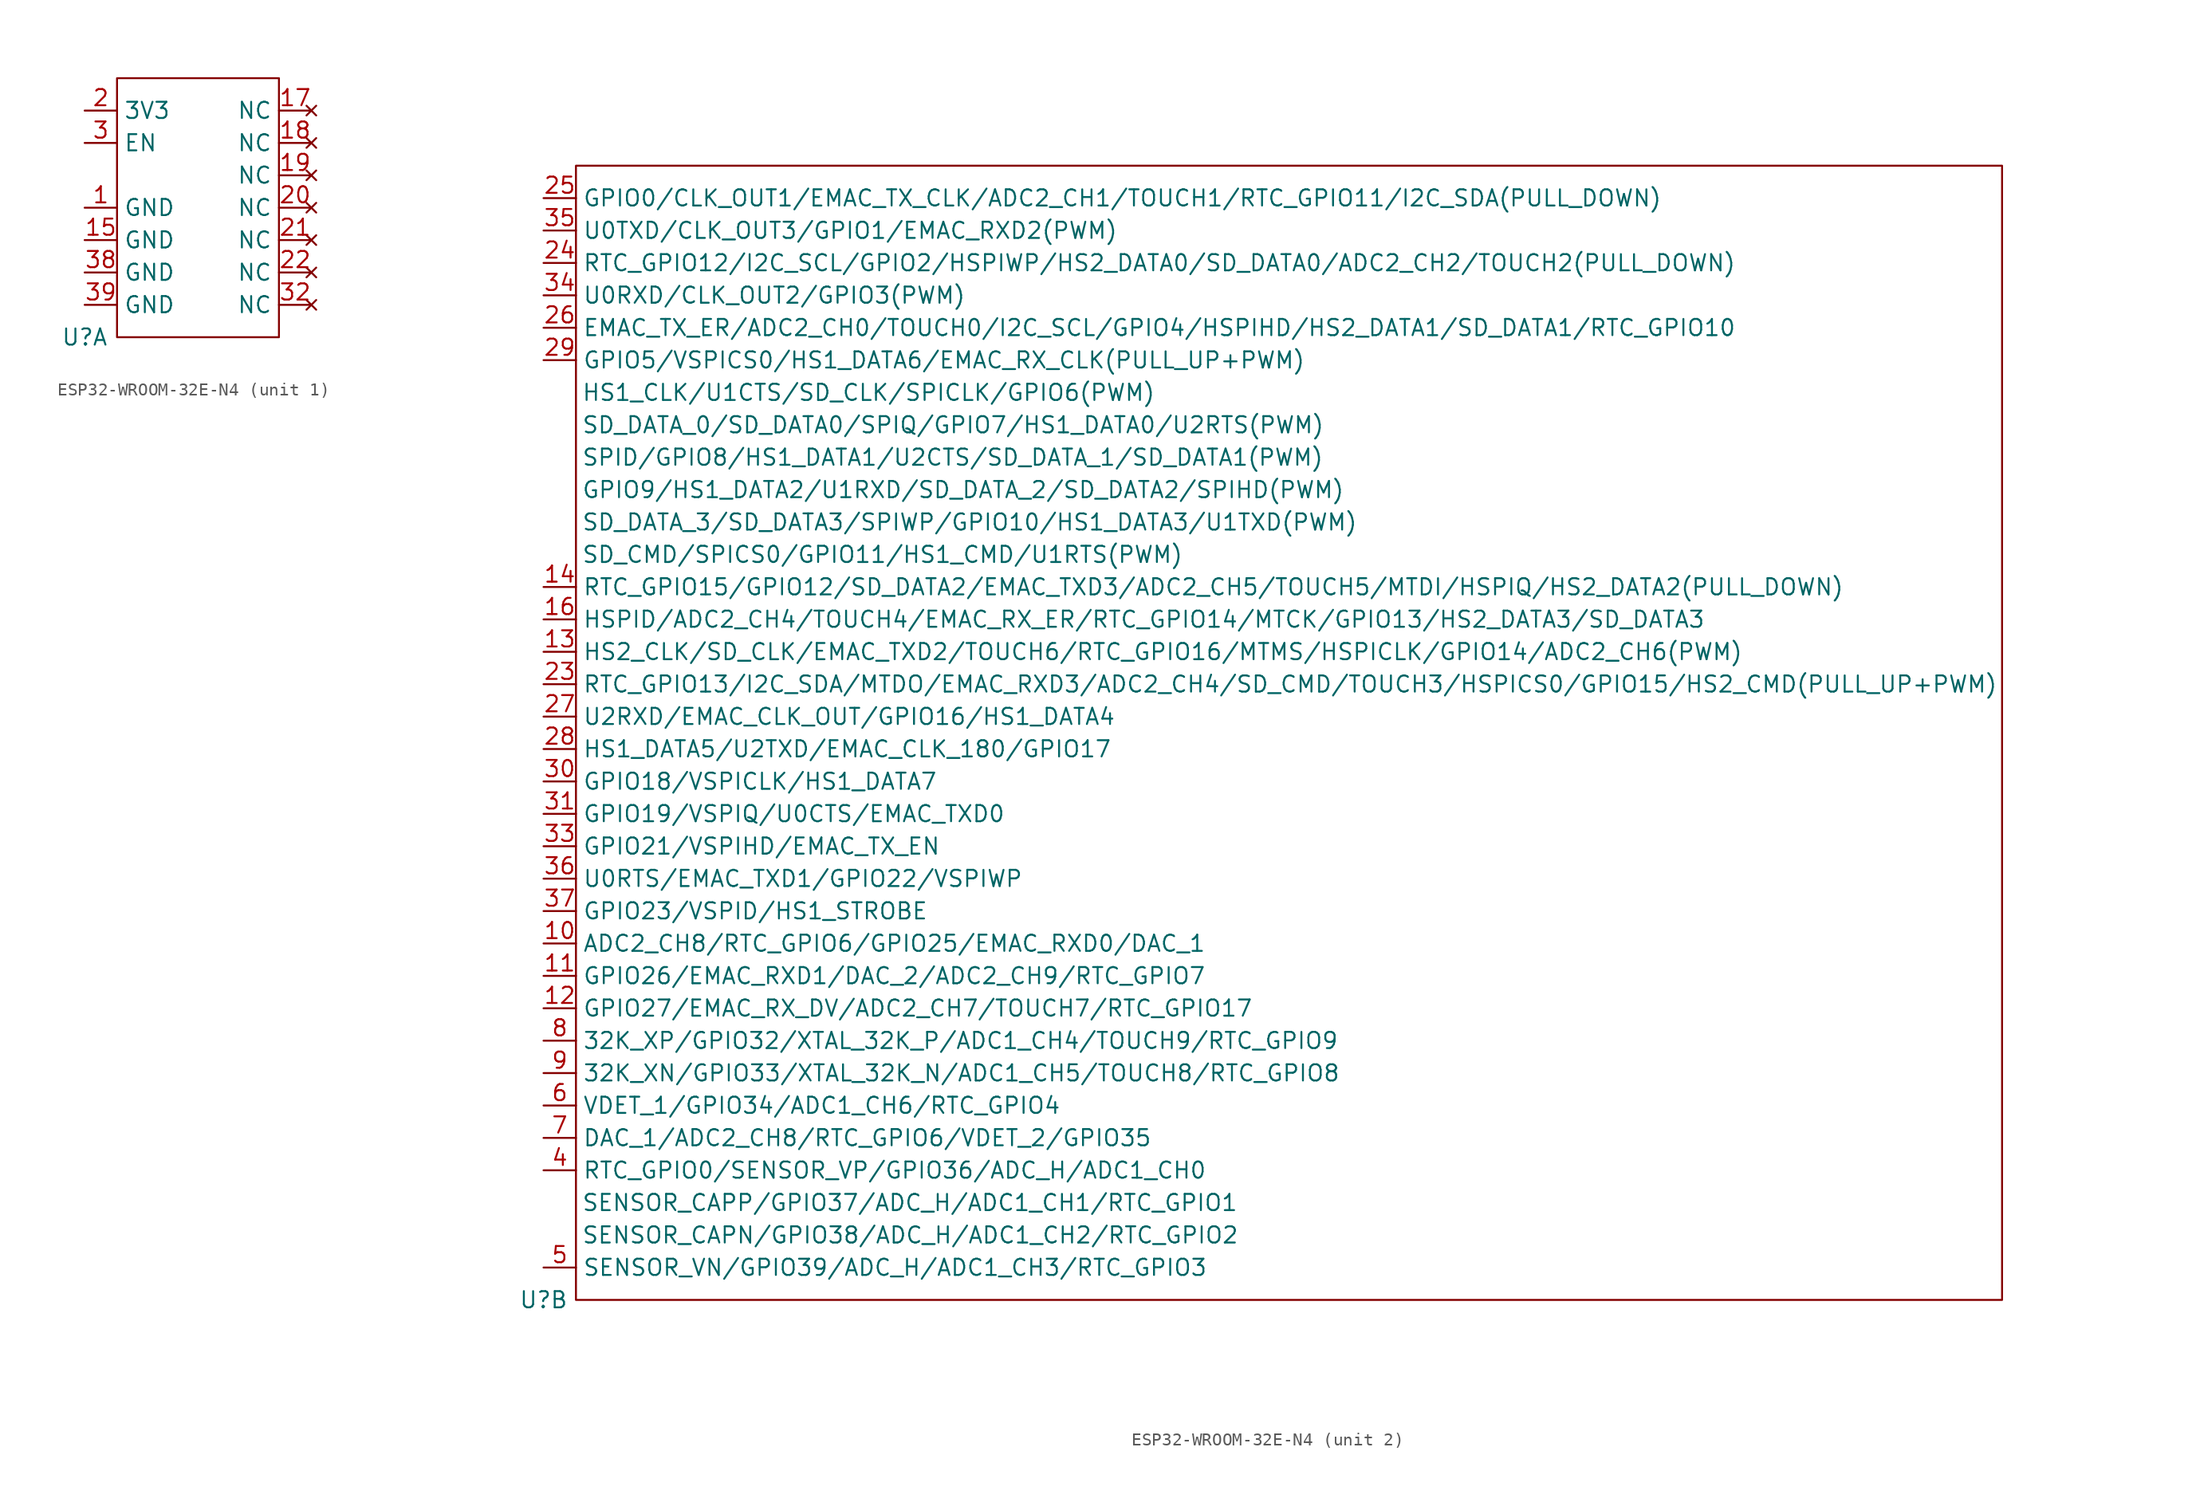
<source format=kicad_sym>
(kicad_symbol_lib
  (version 20220914)
  (generator kicad_symbol_editor)
  (symbol "ESP32-WROOM-32E-N4"
    (property "Reference" "U"
      (at 0 0 0)
      (effects (font (size 1.27 1.27))))
    (property "ki_locked" ""
      (at 0 0 0)
      (effects (font (size 1.27 1.27))))
    (symbol "ESP32-WROOM-32E-N4_1_1"
      (rectangle (start 2.54 20.32) (end 15.24 0) (stroke (width 0) (type default)) (fill (type none)))
      (pin passive line (at 0 10.16 0) (length 2.54) (name "GND" (effects (font (size 1.27 1.27)))) (number "1" (effects (font (size 1.27 1.27)))))
      (pin passive line (at 0 7.62 0) (length 2.54) (name "GND" (effects (font (size 1.27 1.27)))) (number "15" (effects (font (size 1.27 1.27)))))
      (pin no_connect line (at 17.78 17.78 180) (length 2.54) (name "NC" (effects (font (size 1.27 1.27)))) (number "17" (effects (font (size 1.27 1.27)))))
      (pin no_connect line (at 17.78 15.24 180) (length 2.54) (name "NC" (effects (font (size 1.27 1.27)))) (number "18" (effects (font (size 1.27 1.27)))))
      (pin no_connect line (at 17.78 12.7 180) (length 2.54) (name "NC" (effects (font (size 1.27 1.27)))) (number "19" (effects (font (size 1.27 1.27)))))
      (pin power_in line (at 0 17.78 0) (length 2.54) (name "3V3" (effects (font (size 1.27 1.27)))) (number "2" (effects (font (size 1.27 1.27)))))
      (pin no_connect line (at 17.78 10.16 180) (length 2.54) (name "NC" (effects (font (size 1.27 1.27)))) (number "20" (effects (font (size 1.27 1.27)))))
      (pin no_connect line (at 17.78 7.62 180) (length 2.54) (name "NC" (effects (font (size 1.27 1.27)))) (number "21" (effects (font (size 1.27 1.27)))))
      (pin no_connect line (at 17.78 5.08 180) (length 2.54) (name "NC" (effects (font (size 1.27 1.27)))) (number "22" (effects (font (size 1.27 1.27)))))
      (pin input line (at 0 15.24 0) (length 2.54) (name "EN" (effects (font (size 1.27 1.27)))) (number "3" (effects (font (size 1.27 1.27)))))
      (pin no_connect line (at 17.78 2.54 180) (length 2.54) (name "NC" (effects (font (size 1.27 1.27)))) (number "32" (effects (font (size 1.27 1.27)))))
      (pin passive line (at 0 5.08 0) (length 2.54) (name "GND" (effects (font (size 1.27 1.27)))) (number "38" (effects (font (size 1.27 1.27)))))
      (pin passive line (at 0 2.54 0) (length 2.54) (name "GND" (effects (font (size 1.27 1.27)))) (number "39" (effects (font (size 1.27 1.27))))))
    (symbol "ESP32-WROOM-32E-N4_2_1"
      (rectangle (start 2.54 88.9) (end 114.3 0) (stroke (width 0) (type default)) (fill (type none)))
      (text "GPIO9/HS1_DATA2/U1RXD/SD_DATA_2/SD_DATA2/SPIHD(PWM)" (at 2.972 63.5 0) (effects (font (size 1.27 1.27) (color 0 100 100 1)) (justify left)))
      (text "HS1_CLK/U1CTS/SD_CLK/SPICLK/GPIO6(PWM)" (at 2.972 71.12 0) (effects (font (size 1.27 1.27) (color 0 100 100 1)) (justify left)))
      (text "SD_CMD/SPICS0/GPIO11/HS1_CMD/U1RTS(PWM)" (at 2.972 58.42 0) (effects (font (size 1.27 1.27) (color 0 100 100 1)) (justify left)))
      (text "SD_DATA_0/SD_DATA0/SPIQ/GPIO7/HS1_DATA0/U2RTS(PWM)" (at 2.972 68.58 0) (effects (font (size 1.27 1.27) (color 0 100 100 1)) (justify left)))
      (text "SD_DATA_3/SD_DATA3/SPIWP/GPIO10/HS1_DATA3/U1TXD(PWM)" (at 2.972 60.96 0) (effects (font (size 1.27 1.27) (color 0 100 100 1)) (justify left)))
      (text "SENSOR_CAPN/GPIO38/ADC_H/ADC1_CH2/RTC_GPIO2" (at 2.972 5.08 0) (effects (font (size 1.27 1.27) (color 0 100 100 1)) (justify left)))
      (text "SENSOR_CAPP/GPIO37/ADC_H/ADC1_CH1/RTC_GPIO1" (at 2.972 7.62 0) (effects (font (size 1.27 1.27) (color 0 100 100 1)) (justify left)))
      (text "SPID/GPIO8/HS1_DATA1/U2CTS/SD_DATA_1/SD_DATA1(PWM)" (at 2.972 66.04 0) (effects (font (size 1.27 1.27) (color 0 100 100 1)) (justify left)))
      (pin bidirectional line (at 0 27.94 0) (length 2.54) (name "ADC2_CH8/RTC_GPIO6/GPIO25/EMAC_RXD0/DAC_1" (effects (font (size 1.27 1.27)))) (number "10" (effects (font (size 1.27 1.27)))) (alternate "ADC2_CH8" input line) (alternate "GPI25" input line) (alternate "GPIO25" bidirectional line) (alternate "GPO25" output line) (alternate "I2C0SCL" open_collector line) (alternate "I2C0SDA" open_collector line) (alternate "I2C1SCL" open_collector line) (alternate "I2C1SDA" open_collector line) (alternate "NC" no_connect line))
      (pin bidirectional line (at 0 25.4 0) (length 2.54) (name "GPIO26/EMAC_RXD1/DAC_2/ADC2_CH9/RTC_GPIO7" (effects (font (size 1.27 1.27)))) (number "11" (effects (font (size 1.27 1.27)))) (alternate "ADC2_CH9" input line) (alternate "GPI26" input line) (alternate "GPIO26" bidirectional line) (alternate "GPO26" output line) (alternate "I2C0SCL" open_collector line) (alternate "I2C0SDA" open_collector line) (alternate "I2C1SCL" open_collector line) (alternate "I2C1SDA" open_collector line) (alternate "NC" no_connect line))
      (pin bidirectional line (at 0 22.86 0) (length 2.54) (name "GPIO27/EMAC_RX_DV/ADC2_CH7/TOUCH7/RTC_GPIO17" (effects (font (size 1.27 1.27)))) (number "12" (effects (font (size 1.27 1.27)))) (alternate "ADC2_CH7" input line) (alternate "GPI27" input line) (alternate "GPIO27" bidirectional line) (alternate "GPO27" output line) (alternate "I2C0SCL" open_collector line) (alternate "I2C0SDA" open_collector line) (alternate "I2C1SCL" open_collector line) (alternate "I2C1SDA" open_collector line) (alternate "NC" no_connect line))
      (pin bidirectional line (at 0 50.8 0) (length 2.54) (name "HS2_CLK/SD_CLK/EMAC_TXD2/TOUCH6/RTC_GPIO16/MTMS/HSPICLK/GPIO14/ADC2_CH6(PWM)" (effects (font (size 1.27 1.27)))) (number "13" (effects (font (size 1.27 1.27)))) (alternate "ADC2_CH6(PWM)" input line) (alternate "GPI14(PWM)" input line) (alternate "GPIO14(PWM)" bidirectional line) (alternate "GPO14(PWM)" output line) (alternate "H3SPIM.SCLK(PWM)" output line) (alternate "H3SPIS.SCLK(PWM)" input line) (alternate "HQSPIM.SCLK(PWM)" output line) (alternate "HQSPIS.SCLK(PWM)" input line) (alternate "HSPIM.SCLK(PWM)" output line) (alternate "HSPIS.SCLK(PWM)" input line) (alternate "I2C0SCL(PWM)" open_collector line) (alternate "I2C0SDA(PWM)" open_collector line) (alternate "I2C1SCL(PWM)" open_collector line) (alternate "I2C1SDA(PWM)" open_collector line) (alternate "NC" no_connect line))
      (pin bidirectional line (at 0 55.88 0) (length 2.54) (name "RTC_GPIO15/GPIO12/SD_DATA2/EMAC_TXD3/ADC2_CH5/TOUCH5/MTDI/HSPIQ/HS2_DATA2(PULL_DOWN)" (effects (font (size 1.27 1.27)))) (number "14" (effects (font (size 1.27 1.27)))) (alternate "ADC2_CH5(PULL_DOWN)" input line) (alternate "GPI12(PULL_DOWN)" input line) (alternate "GPIO12(PULL_DOWN)" bidirectional line) (alternate "GPO12(PULL_DOWN)" output line) (alternate "HQSPIM.IO1(PULL_DOWN)" bidirectional line) (alternate "HQSPIS.IO1(PULL_DOWN)" bidirectional line) (alternate "HSPIM.MISO(PULL_DOWN)" input line) (alternate "HSPIS.MISO(PULL_DOWN)" output line) (alternate "I2C0SCL(PULL_DOWN)" open_collector line) (alternate "I2C0SDA(PULL_DOWN)" open_collector line) (alternate "I2C1SCL(PULL_DOWN)" open_collector line) (alternate "I2C1SDA(PULL_DOWN)" open_collector line) (alternate "NC" no_connect line))
      (pin bidirectional line (at 0 53.34 0) (length 2.54) (name "HSPID/ADC2_CH4/TOUCH4/EMAC_RX_ER/RTC_GPIO14/MTCK/GPIO13/HS2_DATA3/SD_DATA3" (effects (font (size 1.27 1.27)))) (number "16" (effects (font (size 1.27 1.27)))) (alternate "ADC2_CH4" input line) (alternate "GPI13" input line) (alternate "GPIO13" bidirectional line) (alternate "GPO13" output line) (alternate "H3SPIM.DATA" bidirectional line) (alternate "H3SPIS.DATA" bidirectional line) (alternate "HQSPIM.IO0" bidirectional line) (alternate "HQSPIS.IO0" bidirectional line) (alternate "HSPIM.MOSI" output line) (alternate "HSPIS.MOSI" input line) (alternate "I2C0SCL" open_collector line) (alternate "I2C0SDA" open_collector line) (alternate "I2C1SCL" open_collector line) (alternate "I2C1SDA" open_collector line) (alternate "NC" no_connect line))
      (pin bidirectional line (at 0 48.26 0) (length 2.54) (name "RTC_GPIO13/I2C_SDA/MTDO/EMAC_RXD3/ADC2_CH4/SD_CMD/TOUCH3/HSPICS0/GPIO15/HS2_CMD(PULL_UP+PWM)" (effects (font (size 1.27 1.27)))) (number "23" (effects (font (size 1.27 1.27)))) (alternate "ADC2_CH4(PULL_UP+PWM)" input line) (alternate "GPI15(PULL_UP+PWM)" input line) (alternate "GPIO15(PULL_UP+PWM)" bidirectional line) (alternate "GPO15(PULL_UP+PWM)" output line) (alternate "H3SPIM.CS(PULL_UP+PWM)" output line) (alternate "H3SPIS.CS(PULL_UP+PWM)" input line) (alternate "HQSPIM.CS(PULL_UP+PWM)" output line) (alternate "HQSPIS.CS(PULL_UP+PWM)" input line) (alternate "HSPIM.CS(PULL_UP+PWM)" output line) (alternate "HSPIS.CS(PULL_UP+PWM)" input line) (alternate "I2C0SCL(PULL_UP+PWM)" open_collector line) (alternate "I2C0SDA(PULL_UP+PWM)" open_collector line) (alternate "I2C1SCL(PULL_UP+PWM)" open_collector line) (alternate "I2C1SDA(PULL_UP+PWM)" open_collector line) (alternate "NC" no_connect line))
      (pin bidirectional line (at 0 81.28 0) (length 2.54) (name "RTC_GPIO12/I2C_SCL/GPIO2/HSPIWP/HS2_DATA0/SD_DATA0/ADC2_CH2/TOUCH2(PULL_DOWN)" (effects (font (size 1.27 1.27)))) (number "24" (effects (font (size 1.27 1.27)))) (alternate "ADC2_CH2(PULL_DOWN)" input line) (alternate "GPI2(PULL_DOWN)" input line) (alternate "GPIO2(PULL_DOWN)" bidirectional line) (alternate "GPO2(PULL_DOWN)" output line) (alternate "HQSPIM.IO2(PULL_DOWN)" bidirectional line) (alternate "HQSPIS.IO2(PULL_DOWN)" bidirectional line) (alternate "I2C0SCL(PULL_DOWN)" open_collector line) (alternate "I2C0SDA(PULL_DOWN)" open_collector line) (alternate "I2C1SCL(PULL_DOWN)" open_collector line) (alternate "I2C1SDA(PULL_DOWN)" open_collector line) (alternate "NC" no_connect line))
      (pin bidirectional line (at 0 86.36 0) (length 2.54) (name "GPIO0/CLK_OUT1/EMAC_TX_CLK/ADC2_CH1/TOUCH1/RTC_GPIO11/I2C_SDA(PULL_DOWN)" (effects (font (size 1.27 1.27)))) (number "25" (effects (font (size 1.27 1.27)))) (alternate "ADC2_CH1(PULL_DOWN)" input line) (alternate "GPI0(PULL_DOWN)" input line) (alternate "GPIO0(PULL_DOWN)" bidirectional line) (alternate "GPO0(PULL_DOWN)" output line) (alternate "I2C0SCL(PULL_DOWN)" open_collector line) (alternate "I2C0SDA(PULL_DOWN)" open_collector line) (alternate "I2C1SCL(PULL_DOWN)" open_collector line) (alternate "I2C1SDA(PULL_DOWN)" open_collector line) (alternate "NC" no_connect line))
      (pin bidirectional line (at 0 76.2 0) (length 2.54) (name "EMAC_TX_ER/ADC2_CH0/TOUCH0/I2C_SCL/GPIO4/HSPIHD/HS2_DATA1/SD_DATA1/RTC_GPIO10" (effects (font (size 1.27 1.27)))) (number "26" (effects (font (size 1.27 1.27)))) (alternate "ADC2_CH0" input line) (alternate "GPI4" input line) (alternate "GPIO4" bidirectional line) (alternate "GPO4" output line) (alternate "HQSPIM.IO3" bidirectional line) (alternate "HQSPIS.IO3" bidirectional line) (alternate "I2C0SCL" open_collector line) (alternate "I2C0SDA" open_collector line) (alternate "I2C1SCL" open_collector line) (alternate "I2C1SDA" open_collector line) (alternate "NC" no_connect line))
      (pin bidirectional line (at 0 45.72 0) (length 2.54) (name "U2RXD/EMAC_CLK_OUT/GPIO16/HS1_DATA4" (effects (font (size 1.27 1.27)))) (number "27" (effects (font (size 1.27 1.27)))) (alternate "GPI16" input line) (alternate "GPIO16" bidirectional line) (alternate "GPO16" output line) (alternate "I2C0SCL" open_collector line) (alternate "I2C0SDA" open_collector line) (alternate "I2C1SCL" open_collector line) (alternate "I2C1SDA" open_collector line) (alternate "NC" no_connect line) (alternate "U2RXD" input line))
      (pin bidirectional line (at 0 43.18 0) (length 2.54) (name "HS1_DATA5/U2TXD/EMAC_CLK_180/GPIO17" (effects (font (size 1.27 1.27)))) (number "28" (effects (font (size 1.27 1.27)))) (alternate "GPI17" input line) (alternate "GPIO17" bidirectional line) (alternate "GPO17" output line) (alternate "I2C0SCL" open_collector line) (alternate "I2C0SDA" open_collector line) (alternate "I2C1SCL" open_collector line) (alternate "I2C1SDA" open_collector line) (alternate "NC" no_connect line) (alternate "U2TXD" output line))
      (pin bidirectional line (at 0 73.66 0) (length 2.54) (name "GPIO5/VSPICS0/HS1_DATA6/EMAC_RX_CLK(PULL_UP+PWM)" (effects (font (size 1.27 1.27)))) (number "29" (effects (font (size 1.27 1.27)))) (alternate "GPI5(PULL_UP+PWM)" input line) (alternate "GPIO5(PULL_UP+PWM)" bidirectional line) (alternate "GPO5(PULL_UP+PWM)" output line) (alternate "I2C0SCL(PULL_UP+PWM)" open_collector line) (alternate "I2C0SDA(PULL_UP+PWM)" open_collector line) (alternate "I2C1SCL(PULL_UP+PWM)" open_collector line) (alternate "I2C1SDA(PULL_UP+PWM)" open_collector line) (alternate "NC" no_connect line) (alternate "V3SPIM.CS(PULL_UP+PWM)" output line) (alternate "V3SPIS.CS(PULL_UP+PWM)" input line) (alternate "VQSPIM.CS(PULL_UP+PWM)" output line) (alternate "VQSPIS.CS(PULL_UP+PWM)" input line) (alternate "VSPIM.CS(PULL_UP+PWM)" output line) (alternate "VSPIS.CS(PULL_UP+PWM)" input line))
      (pin bidirectional line (at 0 40.64 0) (length 2.54) (name "GPIO18/VSPICLK/HS1_DATA7" (effects (font (size 1.27 1.27)))) (number "30" (effects (font (size 1.27 1.27)))) (alternate "GPI18" input line) (alternate "GPIO18" bidirectional line) (alternate "GPO18" output line) (alternate "I2C0SCL" open_collector line) (alternate "I2C0SDA" open_collector line) (alternate "I2C1SCL" open_collector line) (alternate "I2C1SDA" open_collector line) (alternate "NC" no_connect line) (alternate "V3SPIM.SCLK" output line) (alternate "V3SPIS.SCLK" input line) (alternate "VQSPIM.SCLK" output line) (alternate "VQSPIS.SCLK" input line) (alternate "VSPIM.SCLK" output line) (alternate "VSPIS.SCLK" input line))
      (pin bidirectional line (at 0 38.1 0) (length 2.54) (name "GPIO19/VSPIQ/U0CTS/EMAC_TXD0" (effects (font (size 1.27 1.27)))) (number "31" (effects (font (size 1.27 1.27)))) (alternate "GPI19" input line) (alternate "GPIO19" bidirectional line) (alternate "GPO19" output line) (alternate "I2C0SCL" open_collector line) (alternate "I2C0SDA" open_collector line) (alternate "I2C1SCL" open_collector line) (alternate "I2C1SDA" open_collector line) (alternate "NC" no_connect line) (alternate "U0CTS" input line) (alternate "VQSPIM.IO1" bidirectional line) (alternate "VQSPIS.IO1" bidirectional line) (alternate "VSPIM.MISO" input line) (alternate "VSPIS.MISO" output line))
      (pin bidirectional line (at 0 35.56 0) (length 2.54) (name "GPIO21/VSPIHD/EMAC_TX_EN" (effects (font (size 1.27 1.27)))) (number "33" (effects (font (size 1.27 1.27)))) (alternate "GPI21" input line) (alternate "GPIO21" bidirectional line) (alternate "GPO21" output line) (alternate "I2C0SCL" open_collector line) (alternate "I2C0SDA" open_collector line) (alternate "I2C1SCL" open_collector line) (alternate "I2C1SDA" open_collector line) (alternate "NC" no_connect line) (alternate "VQSPIM.IO3" bidirectional line) (alternate "VQSPIS.IO3" bidirectional line))
      (pin bidirectional line (at 0 78.74 0) (length 2.54) (name "U0RXD/CLK_OUT2/GPIO3(PWM)" (effects (font (size 1.27 1.27)))) (number "34" (effects (font (size 1.27 1.27)))) (alternate "GPI3(PWM)" input line) (alternate "GPIO3(PWM)" bidirectional line) (alternate "GPO3(PWM)" output line) (alternate "I2C0SCL(PWM)" open_collector line) (alternate "I2C0SDA(PWM)" open_collector line) (alternate "I2C1SCL(PWM)" open_collector line) (alternate "I2C1SDA(PWM)" open_collector line) (alternate "NC" no_connect line) (alternate "U0RXD(PWM)" input line))
      (pin bidirectional line (at 0 83.82 0) (length 2.54) (name "U0TXD/CLK_OUT3/GPIO1/EMAC_RXD2(PWM)" (effects (font (size 1.27 1.27)))) (number "35" (effects (font (size 1.27 1.27)))) (alternate "GPI1(PWM)" input line) (alternate "GPIO1(PWM)" bidirectional line) (alternate "GPO1(PWM)" output line) (alternate "I2C0SCL(PWM)" open_collector line) (alternate "I2C0SDA(PWM)" open_collector line) (alternate "I2C1SCL(PWM)" open_collector line) (alternate "I2C1SDA(PWM)" open_collector line) (alternate "NC" no_connect line) (alternate "U0TXD(PWM)" output line))
      (pin bidirectional line (at 0 33.02 0) (length 2.54) (name "U0RTS/EMAC_TXD1/GPIO22/VSPIWP" (effects (font (size 1.27 1.27)))) (number "36" (effects (font (size 1.27 1.27)))) (alternate "GPI22" input line) (alternate "GPIO22" bidirectional line) (alternate "GPO22" output line) (alternate "I2C0SCL" open_collector line) (alternate "I2C0SDA" open_collector line) (alternate "I2C1SCL" open_collector line) (alternate "I2C1SDA" open_collector line) (alternate "NC" no_connect line) (alternate "U0RTS" output line) (alternate "VQSPIM.IO2" bidirectional line) (alternate "VQSPIS.IO2" bidirectional line))
      (pin bidirectional line (at 0 30.48 0) (length 2.54) (name "GPIO23/VSPID/HS1_STROBE" (effects (font (size 1.27 1.27)))) (number "37" (effects (font (size 1.27 1.27)))) (alternate "GPI23" input line) (alternate "GPIO23" bidirectional line) (alternate "GPO23" output line) (alternate "I2C0SCL" open_collector line) (alternate "I2C0SDA" open_collector line) (alternate "I2C1SCL" open_collector line) (alternate "I2C1SDA" open_collector line) (alternate "NC" no_connect line) (alternate "V3SPIM.DATA" bidirectional line) (alternate "V3SPIS.DATA" bidirectional line) (alternate "VQSPIM.IO0" bidirectional line) (alternate "VQSPIS.IO0" bidirectional line) (alternate "VSPIM.MOSI" output line) (alternate "VSPIS.MOSI" input line))
      (pin input line (at 0 10.16 0) (length 2.54) (name "RTC_GPIO0/SENSOR_VP/GPIO36/ADC_H/ADC1_CH0" (effects (font (size 1.27 1.27)))) (number "4" (effects (font (size 1.27 1.27)))) (alternate "ADC1_CH0" input line) (alternate "ADC_H" input line) (alternate "GPIO36" input line) (alternate "NC" no_connect line))
      (pin input line (at 0 2.54 0) (length 2.54) (name "SENSOR_VN/GPIO39/ADC_H/ADC1_CH3/RTC_GPIO3" (effects (font (size 1.27 1.27)))) (number "5" (effects (font (size 1.27 1.27)))) (alternate "ADC1_CH3" input line) (alternate "ADC_H" input line) (alternate "GPIO39" input line) (alternate "NC" no_connect line))
      (pin input line (at 0 15.24 0) (length 2.54) (name "VDET_1/GPIO34/ADC1_CH6/RTC_GPIO4" (effects (font (size 1.27 1.27)))) (number "6" (effects (font (size 1.27 1.27)))) (alternate "ADC1_CH6" input line) (alternate "GPIO34" input line) (alternate "NC" no_connect line))
      (pin input line (at 0 12.7 0) (length 2.54) (name "DAC_1/ADC2_CH8/RTC_GPIO6/VDET_2/GPIO35" (effects (font (size 1.27 1.27)))) (number "7" (effects (font (size 1.27 1.27)))) (alternate "ADC2_CH8" input line) (alternate "GPIO35" input line) (alternate "NC" no_connect line))
      (pin bidirectional line (at 0 20.32 0) (length 2.54) (name "32K_XP/GPIO32/XTAL_32K_P/ADC1_CH4/TOUCH9/RTC_GPIO9" (effects (font (size 1.27 1.27)))) (number "8" (effects (font (size 1.27 1.27)))) (alternate "ADC1_CH4" input line) (alternate "GPI32" input line) (alternate "GPIO32" bidirectional line) (alternate "GPO32" output line) (alternate "I2C0SCL" open_collector line) (alternate "I2C0SDA" open_collector line) (alternate "I2C1SCL" open_collector line) (alternate "I2C1SDA" open_collector line) (alternate "NC" no_connect line))
      (pin bidirectional line (at 0 17.78 0) (length 2.54) (name "32K_XN/GPIO33/XTAL_32K_N/ADC1_CH5/TOUCH8/RTC_GPIO8" (effects (font (size 1.27 1.27)))) (number "9" (effects (font (size 1.27 1.27)))) (alternate "ADC1_CH5" input line) (alternate "GPI33" input line) (alternate "GPIO33" bidirectional line) (alternate "GPO33" output line) (alternate "I2C0SCL" open_collector line) (alternate "I2C0SDA" open_collector line) (alternate "I2C1SCL" open_collector line) (alternate "I2C1SDA" open_collector line) (alternate "NC" no_connect line)))))
</source>
